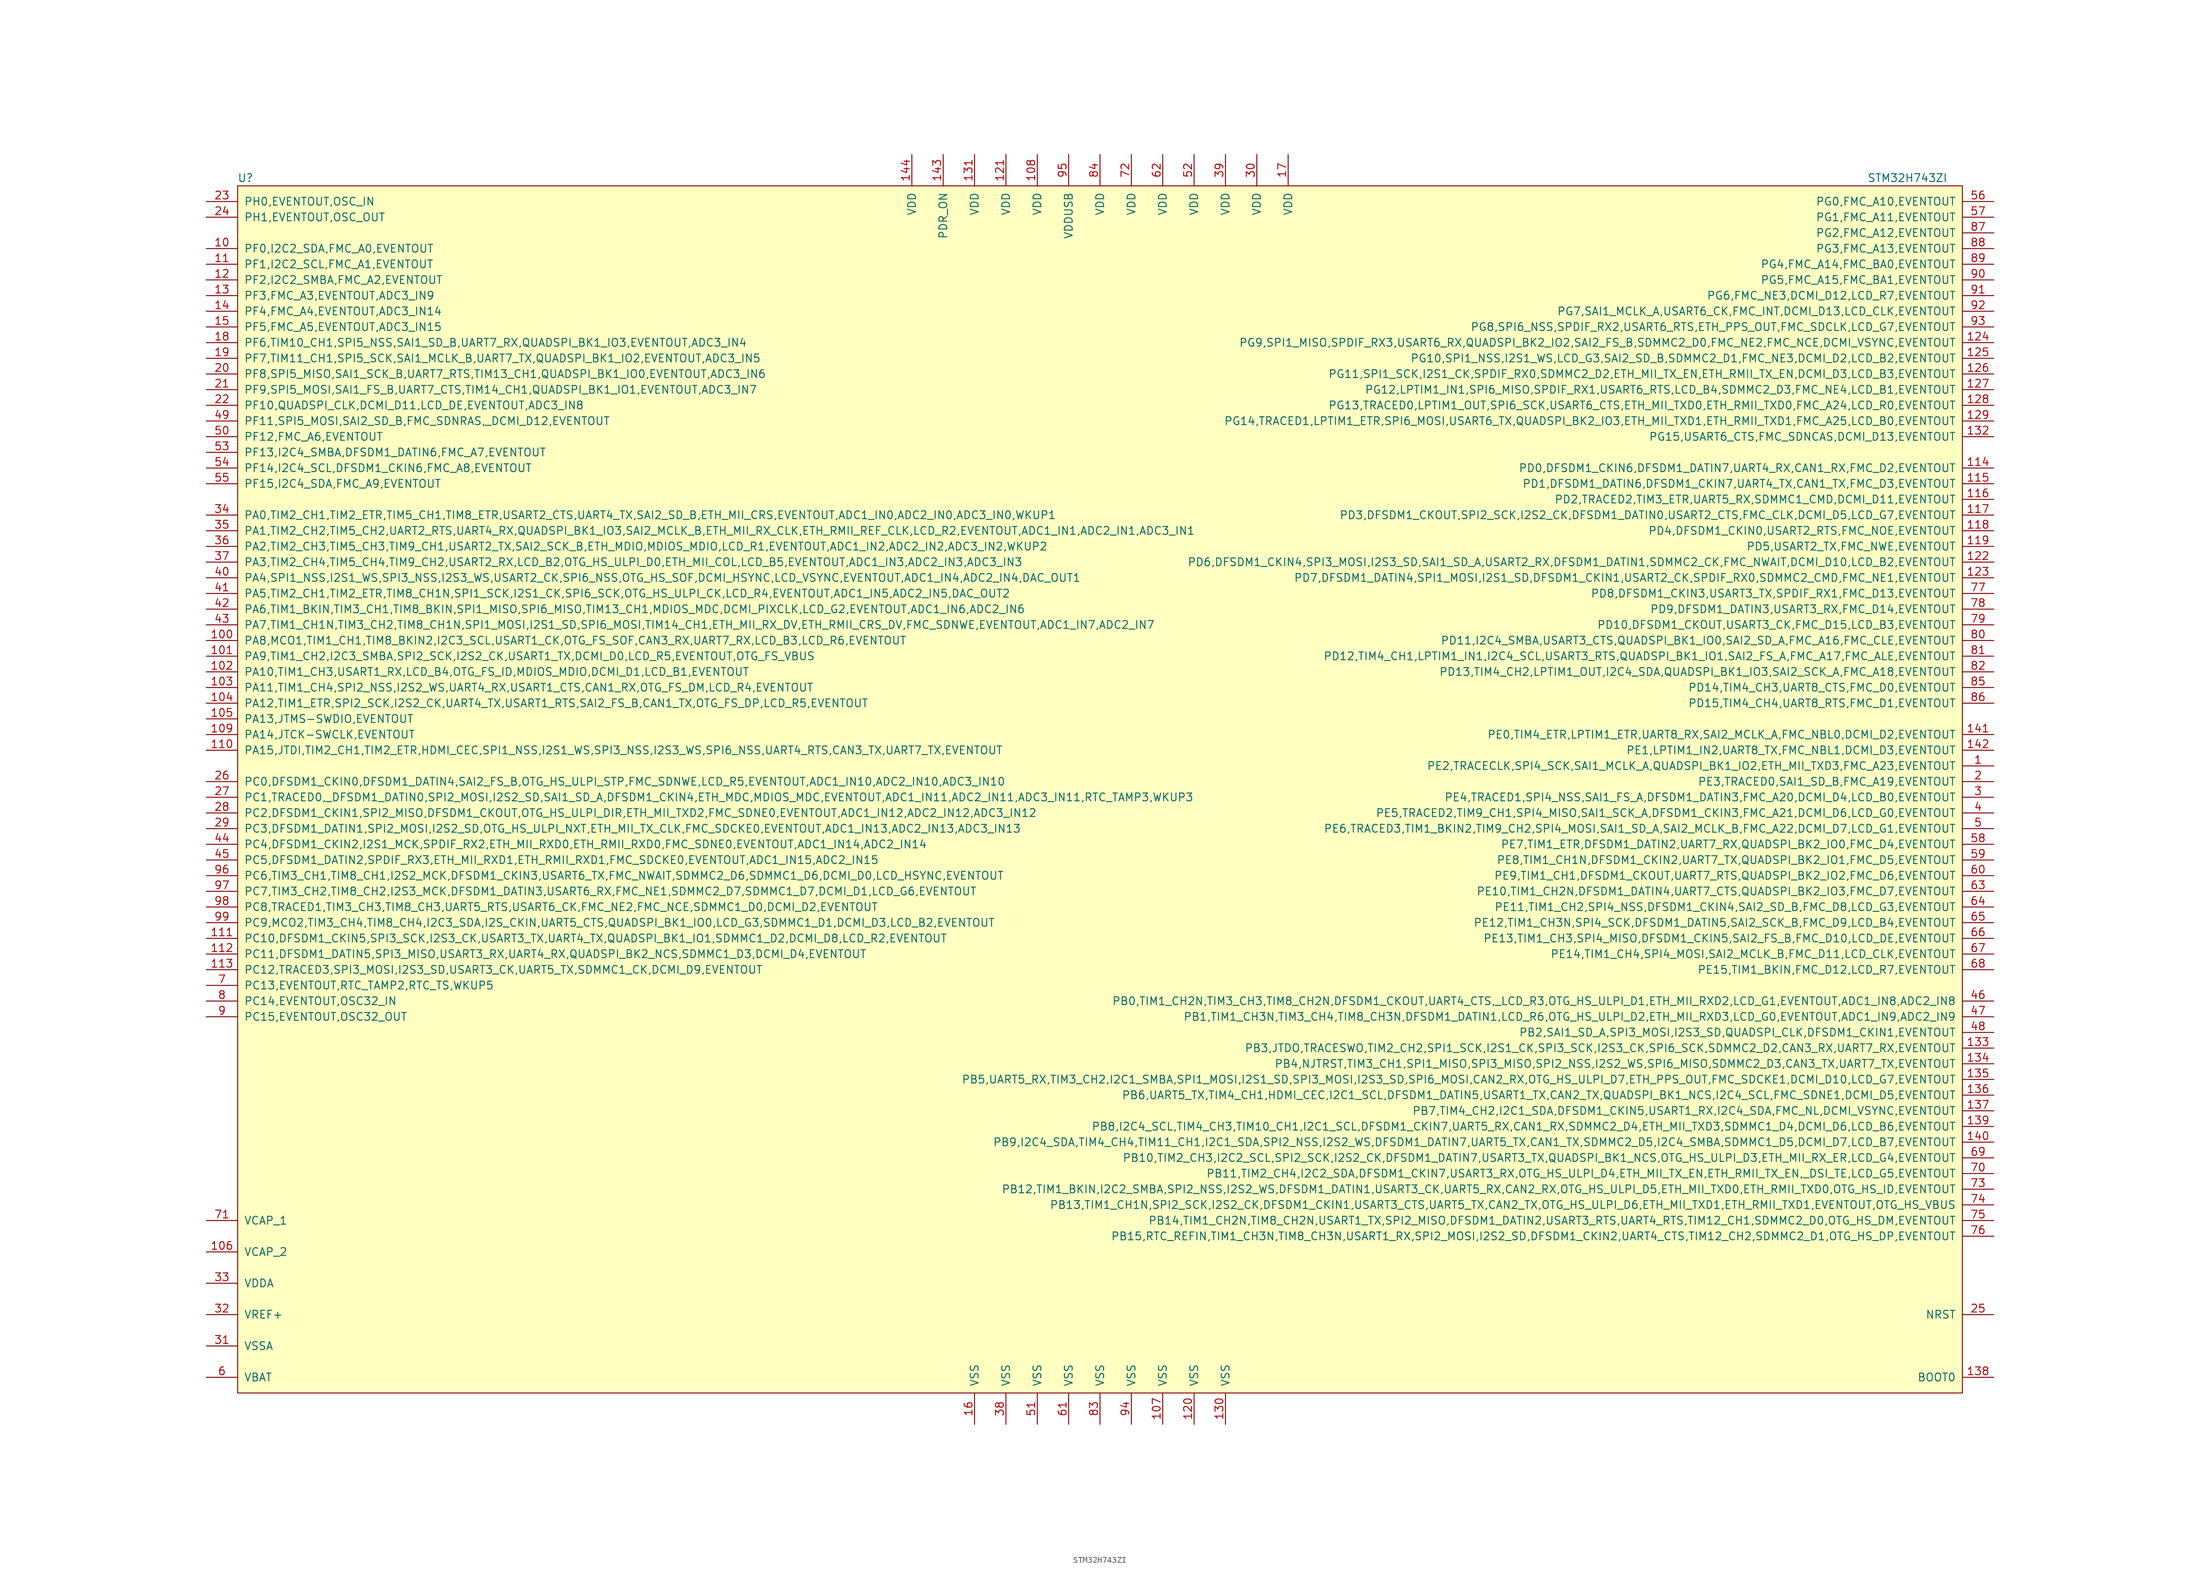
<source format=kicad_sym>
(kicad_symbol_lib
  (version 20220914)
  (generator kicad_symbol_editor)
  (symbol "STM32H743ZI"
    (pin_names
      (offset 1.016))
    (property "Reference" "U"
      (at -138.43 99.06 0)
      (effects (font (size 1.27 1.27))))
    (property "Value" "STM32H743ZI"
      (at 130.81 99.06 0)
      (effects (font (size 1.27 1.27))))
    (symbol "STM32H743ZI_0_0"
      (pin bidirectional line (at 144.78 3.81 180) (length 5.08) (name "PE2,TRACECLK,SPI4_SCK,SAI1_MCLK_A,QUADSPI_BK1_IO2,ETH_MII_TXD3,FMC_A23,EVENTOUT" (effects (font (size 1.27 1.27)))) (number "1" (effects (font (size 1.27 1.27)))))
      (pin bidirectional line (at -144.78 87.63 0) (length 5.08) (name "PF0,I2C2_SDA,FMC_A0,EVENTOUT" (effects (font (size 1.27 1.27)))) (number "10" (effects (font (size 1.27 1.27)))))
      (pin bidirectional line (at -144.78 24.13 0) (length 5.08) (name "PA8,MCO1,TIM1_CH1,TIM8_BKIN2,I2C3_SCL,USART1_CK,OTG_FS_SOF,CAN3_RX,UART7_RX,LCD_B3,LCD_R6,EVENTOUT" (effects (font (size 1.27 1.27)))) (number "100" (effects (font (size 1.27 1.27)))))
      (pin bidirectional line (at -144.78 21.59 0) (length 5.08) (name "PA9,TIM1_CH2,I2C3_SMBA,SPI2_SCK,I2S2_CK,USART1_TX,DCMI_D0,LCD_R5,EVENTOUT,OTG_FS_VBUS" (effects (font (size 1.27 1.27)))) (number "101" (effects (font (size 1.27 1.27)))))
      (pin bidirectional line (at -144.78 19.05 0) (length 5.08) (name "PA10,TIM1_CH3,USART1_RX,LCD_B4,OTG_FS_ID,MDIOS_MDIO,DCMI_D1,LCD_B1,EVENTOUT" (effects (font (size 1.27 1.27)))) (number "102" (effects (font (size 1.27 1.27)))))
      (pin bidirectional line (at -144.78 16.51 0) (length 5.08) (name "PA11,TIM1_CH4,SPI2_NSS,I2S2_WS,UART4_RX,USART1_CTS,CAN1_RX,OTG_FS_DM,LCD_R4,EVENTOUT" (effects (font (size 1.27 1.27)))) (number "103" (effects (font (size 1.27 1.27)))))
      (pin bidirectional line (at -144.78 13.97 0) (length 5.08) (name "PA12,TIM1_ETR,SPI2_SCK,I2S2_CK,UART4_TX,USART1_RTS,SAI2_FS_B,CAN1_TX,OTG_FS_DP,LCD_R5,EVENTOUT" (effects (font (size 1.27 1.27)))) (number "104" (effects (font (size 1.27 1.27)))))
      (pin bidirectional line (at -144.78 11.43 0) (length 5.08) (name "PA13,JTMS-SWDIO,EVENTOUT" (effects (font (size 1.27 1.27)))) (number "105" (effects (font (size 1.27 1.27)))))
      (pin passive line (at -144.78 -74.93 0) (length 5.08) (name "VCAP_2" (effects (font (size 1.27 1.27)))) (number "106" (effects (font (size 1.27 1.27)))))
      (pin passive line (at 10.16 -102.87 90) (length 5.08) (name "VSS" (effects (font (size 1.27 1.27)))) (number "107" (effects (font (size 1.27 1.27)))))
      (pin power_in line (at -10.16 102.87 270) (length 5.08) (name "VDD" (effects (font (size 1.27 1.27)))) (number "108" (effects (font (size 1.27 1.27)))))
      (pin bidirectional line (at -144.78 8.89 0) (length 5.08) (name "PA14,JTCK-SWCLK,EVENTOUT" (effects (font (size 1.27 1.27)))) (number "109" (effects (font (size 1.27 1.27)))))
      (pin bidirectional line (at -144.78 85.09 0) (length 5.08) (name "PF1,I2C2_SCL,FMC_A1,EVENTOUT" (effects (font (size 1.27 1.27)))) (number "11" (effects (font (size 1.27 1.27)))))
      (pin bidirectional line (at -144.78 6.35 0) (length 5.08) (name "PA15,JTDI,TIM2_CH1,TIM2_ETR,HDMI_CEC,SPI1_NSS,I2S1_WS,SPI3_NSS,I2S3_WS,SPI6_NSS,UART4_RTS,CAN3_TX,UART7_TX,EVENTOUT" (effects (font (size 1.27 1.27)))) (number "110" (effects (font (size 1.27 1.27)))))
      (pin bidirectional line (at -144.78 -24.13 0) (length 5.08) (name "PC10,DFSDM1_CKIN5,SPI3_SCK,I2S3_CK,USART3_TX,UART4_TX,QUADSPI_BK1_IO1,SDMMC1_D2,DCMI_D8,LCD_R2,EVENTOUT" (effects (font (size 1.27 1.27)))) (number "111" (effects (font (size 1.27 1.27)))))
      (pin bidirectional line (at -144.78 -26.67 0) (length 5.08) (name "PC11,DFSDM1_DATIN5,SPI3_MISO,USART3_RX,UART4_RX,QUADSPI_BK2_NCS,SDMMC1_D3,DCMI_D4,EVENTOUT" (effects (font (size 1.27 1.27)))) (number "112" (effects (font (size 1.27 1.27)))))
      (pin bidirectional line (at -144.78 -29.21 0) (length 5.08) (name "PC12,TRACED3,SPI3_MOSI,I2S3_SD,USART3_CK,UART5_TX,SDMMC1_CK,DCMI_D9,EVENTOUT" (effects (font (size 1.27 1.27)))) (number "113" (effects (font (size 1.27 1.27)))))
      (pin bidirectional line (at 144.78 52.07 180) (length 5.08) (name "PD0,DFSDM1_CKIN6,DFSDM1_DATIN7,UART4_RX,CAN1_RX,FMC_D2,EVENTOUT" (effects (font (size 1.27 1.27)))) (number "114" (effects (font (size 1.27 1.27)))))
      (pin bidirectional line (at 144.78 49.53 180) (length 5.08) (name "PD1,DFSDM1_DATIN6,DFSDM1_CKIN7,UART4_TX,CAN1_TX,FMC_D3,EVENTOUT" (effects (font (size 1.27 1.27)))) (number "115" (effects (font (size 1.27 1.27)))))
      (pin bidirectional line (at 144.78 46.99 180) (length 5.08) (name "PD2,TRACED2,TIM3_ETR,UART5_RX,SDMMC1_CMD,DCMI_D11,EVENTOUT" (effects (font (size 1.27 1.27)))) (number "116" (effects (font (size 1.27 1.27)))))
      (pin bidirectional line (at 144.78 44.45 180) (length 5.08) (name "PD3,DFSDM1_CKOUT,SPI2_SCK,I2S2_CK,DFSDM1_DATIN0,USART2_CTS,FMC_CLK,DCMI_D5,LCD_G7,EVENTOUT" (effects (font (size 1.27 1.27)))) (number "117" (effects (font (size 1.27 1.27)))))
      (pin bidirectional line (at 144.78 41.91 180) (length 5.08) (name "PD4,DFSDM1_CKIN0,USART2_RTS,FMC_NOE,EVENTOUT" (effects (font (size 1.27 1.27)))) (number "118" (effects (font (size 1.27 1.27)))))
      (pin bidirectional line (at 144.78 39.37 180) (length 5.08) (name "PD5,USART2_TX,FMC_NWE,EVENTOUT" (effects (font (size 1.27 1.27)))) (number "119" (effects (font (size 1.27 1.27)))))
      (pin bidirectional line (at -144.78 82.55 0) (length 5.08) (name "PF2,I2C2_SMBA,FMC_A2,EVENTOUT" (effects (font (size 1.27 1.27)))) (number "12" (effects (font (size 1.27 1.27)))))
      (pin passive line (at 15.24 -102.87 90) (length 5.08) (name "VSS" (effects (font (size 1.27 1.27)))) (number "120" (effects (font (size 1.27 1.27)))))
      (pin power_in line (at -15.24 102.87 270) (length 5.08) (name "VDD" (effects (font (size 1.27 1.27)))) (number "121" (effects (font (size 1.27 1.27)))))
      (pin bidirectional line (at 144.78 36.83 180) (length 5.08) (name "PD6,DFSDM1_CKIN4,SPI3_MOSI,I2S3_SD,SAI1_SD_A,USART2_RX,DFSDM1_DATIN1,SDMMC2_CK,FMC_NWAIT,DCMI_D10,LCD_B2,EVENTOUT" (effects (font (size 1.27 1.27)))) (number "122" (effects (font (size 1.27 1.27)))))
      (pin bidirectional line (at 144.78 34.29 180) (length 5.08) (name "PD7,DFSDM1_DATIN4,SPI1_MOSI,I2S1_SD,DFSDM1_CKIN1,USART2_CK,SPDIF_RX0,SDMMC2_CMD,FMC_NE1,EVENTOUT" (effects (font (size 1.27 1.27)))) (number "123" (effects (font (size 1.27 1.27)))))
      (pin bidirectional line (at 144.78 72.39 180) (length 5.08) (name "PG9,SPI1_MISO,SPDIF_RX3,USART6_RX,QUADSPI_BK2_IO2,SAI2_FS_B,SDMMC2_D0,FMC_NE2,FMC_NCE,DCMI_VSYNC,EVENTOUT" (effects (font (size 1.27 1.27)))) (number "124" (effects (font (size 1.27 1.27)))))
      (pin bidirectional line (at 144.78 69.85 180) (length 5.08) (name "PG10,SPI1_NSS,I2S1_WS,LCD_G3,SAI2_SD_B,SDMMC2_D1,FMC_NE3,DCMI_D2,LCD_B2,EVENTOUT" (effects (font (size 1.27 1.27)))) (number "125" (effects (font (size 1.27 1.27)))))
      (pin bidirectional line (at 144.78 67.31 180) (length 5.08) (name "PG11,SPI1_SCK,I2S1_CK,SPDIF_RX0,SDMMC2_D2,ETH_MII_TX_EN,ETH_RMII_TX_EN,DCMI_D3,LCD_B3,EVENTOUT" (effects (font (size 1.27 1.27)))) (number "126" (effects (font (size 1.27 1.27)))))
      (pin bidirectional line (at 144.78 64.77 180) (length 5.08) (name "PG12,LPTIM1_IN1,SPI6_MISO,SPDIF_RX1,USART6_RTS,LCD_B4,SDMMC2_D3,FMC_NE4,LCD_B1,EVENTOUT" (effects (font (size 1.27 1.27)))) (number "127" (effects (font (size 1.27 1.27)))))
      (pin bidirectional line (at 144.78 62.23 180) (length 5.08) (name "PG13,TRACED0,LPTIM1_OUT,SPI6_SCK,USART6_CTS,ETH_MII_TXD0,ETH_RMII_TXD0,FMC_A24,LCD_R0,EVENTOUT" (effects (font (size 1.27 1.27)))) (number "128" (effects (font (size 1.27 1.27)))))
      (pin bidirectional line (at 144.78 59.69 180) (length 5.08) (name "PG14,TRACED1,LPTIM1_ETR,SPI6_MOSI,USART6_TX,QUADSPI_BK2_IO3,ETH_MII_TXD1,ETH_RMII_TXD1,FMC_A25,LCD_B0,EVENTOUT" (effects (font (size 1.27 1.27)))) (number "129" (effects (font (size 1.27 1.27)))))
      (pin bidirectional line (at -144.78 80.01 0) (length 5.08) (name "PF3,FMC_A3,EVENTOUT,ADC3_IN9" (effects (font (size 1.27 1.27)))) (number "13" (effects (font (size 1.27 1.27)))))
      (pin passive line (at 20.32 -102.87 90) (length 5.08) (name "VSS" (effects (font (size 1.27 1.27)))) (number "130" (effects (font (size 1.27 1.27)))))
      (pin power_in line (at -20.32 102.87 270) (length 5.08) (name "VDD" (effects (font (size 1.27 1.27)))) (number "131" (effects (font (size 1.27 1.27)))))
      (pin bidirectional line (at 144.78 57.15 180) (length 5.08) (name "PG15,USART6_CTS,FMC_SDNCAS,DCMI_D13,EVENTOUT" (effects (font (size 1.27 1.27)))) (number "132" (effects (font (size 1.27 1.27)))))
      (pin bidirectional line (at 144.78 -41.91 180) (length 5.08) (name "PB3,JTDO,TRACESWO,TIM2_CH2,SPI1_SCK,I2S1_CK,SPI3_SCK,I2S3_CK,SPI6_SCK,SDMMC2_D2,CAN3_RX,UART7_RX,EVENTOUT" (effects (font (size 1.27 1.27)))) (number "133" (effects (font (size 1.27 1.27)))))
      (pin bidirectional line (at 144.78 -44.45 180) (length 5.08) (name "PB4,NJTRST,TIM3_CH1,SPI1_MISO,SPI3_MISO,SPI2_NSS,I2S2_WS,SPI6_MISO,SDMMC2_D3,CAN3_TX,UART7_TX,EVENTOUT" (effects (font (size 1.27 1.27)))) (number "134" (effects (font (size 1.27 1.27)))))
      (pin bidirectional line (at 144.78 -46.99 180) (length 5.08) (name "PB5,UART5_RX,TIM3_CH2,I2C1_SMBA,SPI1_MOSI,I2S1_SD,SPI3_MOSI,I2S3_SD,SPI6_MOSI,CAN2_RX,OTG_HS_ULPI_D7,ETH_PPS_OUT,FMC_SDCKE1,DCMI_D10,LCD_G7,EVENTOUT" (effects (font (size 1.27 1.27)))) (number "135" (effects (font (size 1.27 1.27)))))
      (pin bidirectional line (at 144.78 -49.53 180) (length 5.08) (name "PB6,UART5_TX,TIM4_CH1,HDMI_CEC,I2C1_SCL,DFSDM1_DATIN5,USART1_TX,CAN2_TX,QUADSPI_BK1_NCS,I2C4_SCL,FMC_SDNE1,DCMI_D5,EVENTOUT" (effects (font (size 1.27 1.27)))) (number "136" (effects (font (size 1.27 1.27)))))
      (pin bidirectional line (at 144.78 -52.07 180) (length 5.08) (name "PB7,TIM4_CH2,I2C1_SDA,DFSDM1_CKIN5,USART1_RX,I2C4_SDA,FMC_NL,DCMI_VSYNC,EVENTOUT" (effects (font (size 1.27 1.27)))) (number "137" (effects (font (size 1.27 1.27)))))
      (pin input line (at 144.78 -95.25 180) (length 5.08) (name "BOOT0" (effects (font (size 1.27 1.27)))) (number "138" (effects (font (size 1.27 1.27)))))
      (pin bidirectional line (at 144.78 -54.61 180) (length 5.08) (name "PB8,I2C4_SCL,TIM4_CH3,TIM10_CH1,I2C1_SCL,DFSDM1_CKIN7,UART5_RX,CAN1_RX,SDMMC2_D4,ETH_MII_TXD3,SDMMC1_D4,DCMI_D6,LCD_B6,EVENTOUT" (effects (font (size 1.27 1.27)))) (number "139" (effects (font (size 1.27 1.27)))))
      (pin bidirectional line (at -144.78 77.47 0) (length 5.08) (name "PF4,FMC_A4,EVENTOUT,ADC3_IN14" (effects (font (size 1.27 1.27)))) (number "14" (effects (font (size 1.27 1.27)))))
      (pin bidirectional line (at 144.78 -57.15 180) (length 5.08) (name "PB9,I2C4_SDA,TIM4_CH4,TIM11_CH1,I2C1_SDA,SPI2_NSS,I2S2_WS,DFSDM1_DATIN7,UART5_TX,CAN1_TX,SDMMC2_D5,I2C4_SMBA,SDMMC1_D5,DCMI_D7,LCD_B7,EVENTOUT" (effects (font (size 1.27 1.27)))) (number "140" (effects (font (size 1.27 1.27)))))
      (pin bidirectional line (at 144.78 8.89 180) (length 5.08) (name "PE0,TIM4_ETR,LPTIM1_ETR,UART8_RX,SAI2_MCLK_A,FMC_NBL0,DCMI_D2,EVENTOUT" (effects (font (size 1.27 1.27)))) (number "141" (effects (font (size 1.27 1.27)))))
      (pin bidirectional line (at 144.78 6.35 180) (length 5.08) (name "PE1,LPTIM1_IN2,UART8_TX,FMC_NBL1,DCMI_D3,EVENTOUT" (effects (font (size 1.27 1.27)))) (number "142" (effects (font (size 1.27 1.27)))))
      (pin passive line (at -25.4 102.87 270) (length 5.08) (name "PDR_ON" (effects (font (size 1.27 1.27)))) (number "143" (effects (font (size 1.27 1.27)))))
      (pin power_in line (at -30.48 102.87 270) (length 5.08) (name "VDD" (effects (font (size 1.27 1.27)))) (number "144" (effects (font (size 1.27 1.27)))))
      (pin bidirectional line (at -144.78 74.93 0) (length 5.08) (name "PF5,FMC_A5,EVENTOUT,ADC3_IN15" (effects (font (size 1.27 1.27)))) (number "15" (effects (font (size 1.27 1.27)))))
      (pin passive line (at -20.32 -102.87 90) (length 5.08) (name "VSS" (effects (font (size 1.27 1.27)))) (number "16" (effects (font (size 1.27 1.27)))))
      (pin power_in line (at 30.48 102.87 270) (length 5.08) (name "VDD" (effects (font (size 1.27 1.27)))) (number "17" (effects (font (size 1.27 1.27)))))
      (pin bidirectional line (at -144.78 72.39 0) (length 5.08) (name "PF6,TIM10_CH1,SPI5_NSS,SAI1_SD_B,UART7_RX,QUADSPI_BK1_IO3,EVENTOUT,ADC3_IN4" (effects (font (size 1.27 1.27)))) (number "18" (effects (font (size 1.27 1.27)))))
      (pin bidirectional line (at -144.78 69.85 0) (length 5.08) (name "PF7,TIM11_CH1,SPI5_SCK,SAI1_MCLK_B,UART7_TX,QUADSPI_BK1_IO2,EVENTOUT,ADC3_IN5" (effects (font (size 1.27 1.27)))) (number "19" (effects (font (size 1.27 1.27)))))
      (pin bidirectional line (at 144.78 1.27 180) (length 5.08) (name "PE3,TRACED0,SAI1_SD_B,FMC_A19,EVENTOUT" (effects (font (size 1.27 1.27)))) (number "2" (effects (font (size 1.27 1.27)))))
      (pin bidirectional line (at -144.78 67.31 0) (length 5.08) (name "PF8,SPI5_MISO,SAI1_SCK_B,UART7_RTS,TIM13_CH1,QUADSPI_BK1_IO0,EVENTOUT,ADC3_IN6" (effects (font (size 1.27 1.27)))) (number "20" (effects (font (size 1.27 1.27)))))
      (pin bidirectional line (at -144.78 64.77 0) (length 5.08) (name "PF9,SPI5_MOSI,SAI1_FS_B,UART7_CTS,TIM14_CH1,QUADSPI_BK1_IO1,EVENTOUT,ADC3_IN7" (effects (font (size 1.27 1.27)))) (number "21" (effects (font (size 1.27 1.27)))))
      (pin bidirectional line (at -144.78 62.23 0) (length 5.08) (name "PF10,QUADSPI_CLK,DCMI_D11,LCD_DE,EVENTOUT,ADC3_IN8" (effects (font (size 1.27 1.27)))) (number "22" (effects (font (size 1.27 1.27)))))
      (pin bidirectional line (at -144.78 95.25 0) (length 5.08) (name "PH0,EVENTOUT,OSC_IN" (effects (font (size 1.27 1.27)))) (number "23" (effects (font (size 1.27 1.27)))))
      (pin bidirectional line (at -144.78 92.71 0) (length 5.08) (name "PH1,EVENTOUT,OSC_OUT" (effects (font (size 1.27 1.27)))) (number "24" (effects (font (size 1.27 1.27)))))
      (pin input line (at 144.78 -85.09 180) (length 5.08) (name "NRST" (effects (font (size 1.27 1.27)))) (number "25" (effects (font (size 1.27 1.27)))))
      (pin bidirectional line (at -144.78 1.27 0) (length 5.08) (name "PC0,DFSDM1_CKIN0,DFSDM1_DATIN4,SAI2_FS_B,OTG_HS_ULPI_STP,FMC_SDNWE,LCD_R5,EVENTOUT,ADC1_IN10,ADC2_IN10,ADC3_IN10" (effects (font (size 1.27 1.27)))) (number "26" (effects (font (size 1.27 1.27)))))
      (pin bidirectional line (at -144.78 -1.27 0) (length 5.08) (name "PC1,TRACED0,_DFSDM1_DATIN0,SPI2_MOSI,I2S2_SD,SAI1_SD_A,DFSDM1_CKIN4,ETH_MDC,MDIOS_MDC,EVENTOUT,ADC1_IN11,ADC2_IN11,ADC3_IN11,RTC_TAMP3,WKUP3" (effects (font (size 1.27 1.27)))) (number "27" (effects (font (size 1.27 1.27)))))
      (pin bidirectional line (at -144.78 -3.81 0) (length 5.08) (name "PC2,DFSDM1_CKIN1,SPI2_MISO,DFSDM1_CKOUT,OTG_HS_ULPI_DIR,ETH_MII_TXD2,FMC_SDNE0,EVENTOUT,ADC1_IN12,ADC2_IN12,ADC3_IN12" (effects (font (size 1.27 1.27)))) (number "28" (effects (font (size 1.27 1.27)))))
      (pin bidirectional line (at -144.78 -6.35 0) (length 5.08) (name "PC3,DFSDM1_DATIN1,SPI2_MOSI,I2S2_SD,OTG_HS_ULPI_NXT,ETH_MII_TX_CLK,FMC_SDCKE0,EVENTOUT,ADC1_IN13,ADC2_IN13,ADC3_IN13" (effects (font (size 1.27 1.27)))) (number "29" (effects (font (size 1.27 1.27)))))
      (pin bidirectional line (at 144.78 -1.27 180) (length 5.08) (name "PE4,TRACED1,SPI4_NSS,SAI1_FS_A,DFSDM1_DATIN3,FMC_A20,DCMI_D4,LCD_B0,EVENTOUT" (effects (font (size 1.27 1.27)))) (number "3" (effects (font (size 1.27 1.27)))))
      (pin power_in line (at 25.4 102.87 270) (length 5.08) (name "VDD" (effects (font (size 1.27 1.27)))) (number "30" (effects (font (size 1.27 1.27)))))
      (pin passive line (at -144.78 -90.17 0) (length 5.08) (name "VSSA" (effects (font (size 1.27 1.27)))) (number "31" (effects (font (size 1.27 1.27)))))
      (pin passive line (at -144.78 -85.09 0) (length 5.08) (name "VREF+" (effects (font (size 1.27 1.27)))) (number "32" (effects (font (size 1.27 1.27)))))
      (pin passive line (at -144.78 -80.01 0) (length 5.08) (name "VDDA" (effects (font (size 1.27 1.27)))) (number "33" (effects (font (size 1.27 1.27)))))
      (pin bidirectional line (at -144.78 44.45 0) (length 5.08) (name "PA0,TIM2_CH1,TIM2_ETR,TIM5_CH1,TIM8_ETR,USART2_CTS,UART4_TX,SAI2_SD_B,ETH_MII_CRS,EVENTOUT,ADC1_IN0,ADC2_IN0,ADC3_IN0,WKUP1" (effects (font (size 1.27 1.27)))) (number "34" (effects (font (size 1.27 1.27)))))
      (pin bidirectional line (at -144.78 41.91 0) (length 5.08) (name "PA1,TIM2_CH2,TIM5_CH2,UART2_RTS,UART4_RX,QUADSPI_BK1_IO3,SAI2_MCLK_B,ETH_MII_RX_CLK,ETH_RMII_REF_CLK,LCD_R2,EVENTOUT,ADC1_IN1,ADC2_IN1,ADC3_IN1" (effects (font (size 1.27 1.27)))) (number "35" (effects (font (size 1.27 1.27)))))
      (pin bidirectional line (at -144.78 39.37 0) (length 5.08) (name "PA2,TIM2_CH3,TIM5_CH3,TIM9_CH1,USART2_TX,SAI2_SCK_B,ETH_MDIO,MDIOS_MDIO,LCD_R1,EVENTOUT,ADC1_IN2,ADC2_IN2,ADC3_IN2,WKUP2" (effects (font (size 1.27 1.27)))) (number "36" (effects (font (size 1.27 1.27)))))
      (pin bidirectional line (at -144.78 36.83 0) (length 5.08) (name "PA3,TIM2_CH4,TIM5_CH4,TIM9_CH2,USART2_RX,LCD_B2,OTG_HS_ULPI_D0,ETH_MII_COL,LCD_B5,EVENTOUT,ADC1_IN3,ADC2_IN3,ADC3_IN3" (effects (font (size 1.27 1.27)))) (number "37" (effects (font (size 1.27 1.27)))))
      (pin passive line (at -15.24 -102.87 90) (length 5.08) (name "VSS" (effects (font (size 1.27 1.27)))) (number "38" (effects (font (size 1.27 1.27)))))
      (pin power_in line (at 20.32 102.87 270) (length 5.08) (name "VDD" (effects (font (size 1.27 1.27)))) (number "39" (effects (font (size 1.27 1.27)))))
      (pin bidirectional line (at 144.78 -3.81 180) (length 5.08) (name "PE5,TRACED2,TIM9_CH1,SPI4_MISO,SAI1_SCK_A,DFSDM1_CKIN3,FMC_A21,DCMI_D6,LCD_G0,EVENTOUT" (effects (font (size 1.27 1.27)))) (number "4" (effects (font (size 1.27 1.27)))))
      (pin bidirectional line (at -144.78 34.29 0) (length 5.08) (name "PA4,SPI1_NSS,I2S1_WS,SPI3_NSS,I2S3_WS,USART2_CK,SPI6_NSS,OTG_HS_SOF,DCMI_HSYNC,LCD_VSYNC,EVENTOUT,ADC1_IN4,ADC2_IN4,DAC_OUT1" (effects (font (size 1.27 1.27)))) (number "40" (effects (font (size 1.27 1.27)))))
      (pin bidirectional line (at -144.78 31.75 0) (length 5.08) (name "PA5,TIM2_CH1,TIM2_ETR,TIM8_CH1N,SPI1_SCK,I2S1_CK,SPI6_SCK,OTG_HS_ULPI_CK,LCD_R4,EVENTOUT,ADC1_IN5,ADC2_IN5,DAC_OUT2" (effects (font (size 1.27 1.27)))) (number "41" (effects (font (size 1.27 1.27)))))
      (pin bidirectional line (at -144.78 29.21 0) (length 5.08) (name "PA6,TIM1_BKIN,TIM3_CH1,TIM8_BKIN,SPI1_MISO,SPI6_MISO,TIM13_CH1,MDIOS_MDC,DCMI_PIXCLK,LCD_G2,EVENTOUT,ADC1_IN6,ADC2_IN6" (effects (font (size 1.27 1.27)))) (number "42" (effects (font (size 1.27 1.27)))))
      (pin bidirectional line (at -144.78 26.67 0) (length 5.08) (name "PA7,TIM1_CH1N,TIM3_CH2,TIM8_CH1N,SPI1_MOSI,I2S1_SD,SPI6_MOSI,TIM14_CH1,ETH_MII_RX_DV,ETH_RMII_CRS_DV,FMC_SDNWE,EVENTOUT,ADC1_IN7,ADC2_IN7" (effects (font (size 1.27 1.27)))) (number "43" (effects (font (size 1.27 1.27)))))
      (pin bidirectional line (at -144.78 -8.89 0) (length 5.08) (name "PC4,DFSDM1_CKIN2,I2S1_MCK,SPDIF_RX2,ETH_MII_RXD0,ETH_RMII_RXD0,FMC_SDNE0,EVENTOUT,ADC1_IN14,ADC2_IN14" (effects (font (size 1.27 1.27)))) (number "44" (effects (font (size 1.27 1.27)))))
      (pin bidirectional line (at -144.78 -11.43 0) (length 5.08) (name "PC5,DFSDM1_DATIN2,SPDIF_RX3,ETH_MII_RXD1,ETH_RMII_RXD1,FMC_SDCKE0,EVENTOUT,ADC1_IN15,ADC2_IN15" (effects (font (size 1.27 1.27)))) (number "45" (effects (font (size 1.27 1.27)))))
      (pin bidirectional line (at 144.78 -34.29 180) (length 5.08) (name "PB0,TIM1_CH2N,TIM3_CH3,TIM8_CH2N,DFSDM1_CKOUT,UART4_CTS,_LCD_R3,OTG_HS_ULPI_D1,ETH_MII_RXD2,LCD_G1,EVENTOUT,ADC1_IN8,ADC2_IN8" (effects (font (size 1.27 1.27)))) (number "46" (effects (font (size 1.27 1.27)))))
      (pin bidirectional line (at 144.78 -36.83 180) (length 5.08) (name "PB1,TIM1_CH3N,TIM3_CH4,TIM8_CH3N,DFSDM1_DATIN1,LCD_R6,OTG_HS_ULPI_D2,ETH_MII_RXD3,LCD_G0,EVENTOUT,ADC1_IN9,ADC2_IN9" (effects (font (size 1.27 1.27)))) (number "47" (effects (font (size 1.27 1.27)))))
      (pin bidirectional line (at 144.78 -39.37 180) (length 5.08) (name "PB2,SAI1_SD_A,SPI3_MOSI,I2S3_SD,QUADSPI_CLK,DFSDM1_CKIN1,EVENTOUT" (effects (font (size 1.27 1.27)))) (number "48" (effects (font (size 1.27 1.27)))))
      (pin bidirectional line (at -144.78 59.69 0) (length 5.08) (name "PF11,SPI5_MOSI,SAI2_SD_B,FMC_SDNRAS,_DCMI_D12,EVENTOUT" (effects (font (size 1.27 1.27)))) (number "49" (effects (font (size 1.27 1.27)))))
      (pin bidirectional line (at 144.78 -6.35 180) (length 5.08) (name "PE6,TRACED3,TIM1_BKIN2,TIM9_CH2,SPI4_MOSI,SAI1_SD_A,SAI2_MCLK_B,FMC_A22,DCMI_D7,LCD_G1,EVENTOUT" (effects (font (size 1.27 1.27)))) (number "5" (effects (font (size 1.27 1.27)))))
      (pin bidirectional line (at -144.78 57.15 0) (length 5.08) (name "PF12,FMC_A6,EVENTOUT" (effects (font (size 1.27 1.27)))) (number "50" (effects (font (size 1.27 1.27)))))
      (pin passive line (at -10.16 -102.87 90) (length 5.08) (name "VSS" (effects (font (size 1.27 1.27)))) (number "51" (effects (font (size 1.27 1.27)))))
      (pin power_in line (at 15.24 102.87 270) (length 5.08) (name "VDD" (effects (font (size 1.27 1.27)))) (number "52" (effects (font (size 1.27 1.27)))))
      (pin bidirectional line (at -144.78 54.61 0) (length 5.08) (name "PF13,I2C4_SMBA,DFSDM1_DATIN6,FMC_A7,EVENTOUT" (effects (font (size 1.27 1.27)))) (number "53" (effects (font (size 1.27 1.27)))))
      (pin bidirectional line (at -144.78 52.07 0) (length 5.08) (name "PF14,I2C4_SCL,DFSDM1_CKIN6,FMC_A8,EVENTOUT" (effects (font (size 1.27 1.27)))) (number "54" (effects (font (size 1.27 1.27)))))
      (pin bidirectional line (at -144.78 49.53 0) (length 5.08) (name "PF15,I2C4_SDA,FMC_A9,EVENTOUT" (effects (font (size 1.27 1.27)))) (number "55" (effects (font (size 1.27 1.27)))))
      (pin bidirectional line (at 144.78 95.25 180) (length 5.08) (name "PG0,FMC_A10,EVENTOUT" (effects (font (size 1.27 1.27)))) (number "56" (effects (font (size 1.27 1.27)))))
      (pin bidirectional line (at 144.78 92.71 180) (length 5.08) (name "PG1,FMC_A11,EVENTOUT" (effects (font (size 1.27 1.27)))) (number "57" (effects (font (size 1.27 1.27)))))
      (pin bidirectional line (at 144.78 -8.89 180) (length 5.08) (name "PE7,TIM1_ETR,DFSDM1_DATIN2,UART7_RX,QUADSPI_BK2_IO0,FMC_D4,EVENTOUT" (effects (font (size 1.27 1.27)))) (number "58" (effects (font (size 1.27 1.27)))))
      (pin bidirectional line (at 144.78 -11.43 180) (length 5.08) (name "PE8,TIM1_CH1N,DFSDM1_CKIN2,UART7_TX,QUADSPI_BK2_IO1,FMC_D5,EVENTOUT" (effects (font (size 1.27 1.27)))) (number "59" (effects (font (size 1.27 1.27)))))
      (pin passive line (at -144.78 -95.25 0) (length 5.08) (name "VBAT" (effects (font (size 1.27 1.27)))) (number "6" (effects (font (size 1.27 1.27)))))
      (pin bidirectional line (at 144.78 -13.97 180) (length 5.08) (name "PE9,TIM1_CH1,DFSDM1_CKOUT,UART7_RTS,QUADSPI_BK2_IO2,FMC_D6,EVENTOUT" (effects (font (size 1.27 1.27)))) (number "60" (effects (font (size 1.27 1.27)))))
      (pin passive line (at -5.08 -102.87 90) (length 5.08) (name "VSS" (effects (font (size 1.27 1.27)))) (number "61" (effects (font (size 1.27 1.27)))))
      (pin power_in line (at 10.16 102.87 270) (length 5.08) (name "VDD" (effects (font (size 1.27 1.27)))) (number "62" (effects (font (size 1.27 1.27)))))
      (pin bidirectional line (at 144.78 -16.51 180) (length 5.08) (name "PE10,TIM1_CH2N,DFSDM1_DATIN4,UART7_CTS,QUADSPI_BK2_IO3,FMC_D7,EVENTOUT" (effects (font (size 1.27 1.27)))) (number "63" (effects (font (size 1.27 1.27)))))
      (pin bidirectional line (at 144.78 -19.05 180) (length 5.08) (name "PE11,TIM1_CH2,SPI4_NSS,DFSDM1_CKIN4,SAI2_SD_B,FMC_D8,LCD_G3,EVENTOUT" (effects (font (size 1.27 1.27)))) (number "64" (effects (font (size 1.27 1.27)))))
      (pin bidirectional line (at 144.78 -21.59 180) (length 5.08) (name "PE12,TIM1_CH3N,SPI4_SCK,DFSDM1_DATIN5,SAI2_SCK_B,FMC_D9,LCD_B4,EVENTOUT" (effects (font (size 1.27 1.27)))) (number "65" (effects (font (size 1.27 1.27)))))
      (pin bidirectional line (at 144.78 -24.13 180) (length 5.08) (name "PE13,TIM1_CH3,SPI4_MISO,DFSDM1_CKIN5,SAI2_FS_B,FMC_D10,LCD_DE,EVENTOUT" (effects (font (size 1.27 1.27)))) (number "66" (effects (font (size 1.27 1.27)))))
      (pin bidirectional line (at 144.78 -26.67 180) (length 5.08) (name "PE14,TIM1_CH4,SPI4_MOSI,SAI2_MCLK_B,FMC_D11,LCD_CLK,EVENTOUT" (effects (font (size 1.27 1.27)))) (number "67" (effects (font (size 1.27 1.27)))))
      (pin bidirectional line (at 144.78 -29.21 180) (length 5.08) (name "PE15,TIM1_BKIN,FMC_D12,LCD_R7,EVENTOUT" (effects (font (size 1.27 1.27)))) (number "68" (effects (font (size 1.27 1.27)))))
      (pin bidirectional line (at 144.78 -59.69 180) (length 5.08) (name "PB10,TIM2_CH3,I2C2_SCL,SPI2_SCK,I2S2_CK,DFSDM1_DATIN7,USART3_TX,QUADSPI_BK1_NCS,OTG_HS_ULPI_D3,ETH_MII_RX_ER,LCD_G4,EVENTOUT" (effects (font (size 1.27 1.27)))) (number "69" (effects (font (size 1.27 1.27)))))
      (pin bidirectional line (at -144.78 -31.75 0) (length 5.08) (name "PC13,EVENTOUT,RTC_TAMP2,RTC_TS,WKUP5" (effects (font (size 1.27 1.27)))) (number "7" (effects (font (size 1.27 1.27)))))
      (pin bidirectional line (at 144.78 -62.23 180) (length 5.08) (name "PB11,TIM2_CH4,I2C2_SDA,DFSDM1_CKIN7,USART3_RX,OTG_HS_ULPI_D4,ETH_MII_TX_EN,ETH_RMII_TX_EN,_DSI_TE,LCD_G5,EVENTOUT" (effects (font (size 1.27 1.27)))) (number "70" (effects (font (size 1.27 1.27)))))
      (pin passive line (at -144.78 -69.85 0) (length 5.08) (name "VCAP_1" (effects (font (size 1.27 1.27)))) (number "71" (effects (font (size 1.27 1.27)))))
      (pin power_in line (at 5.08 102.87 270) (length 5.08) (name "VDD" (effects (font (size 1.27 1.27)))) (number "72" (effects (font (size 1.27 1.27)))))
      (pin bidirectional line (at 144.78 -64.77 180) (length 5.08) (name "PB12,TIM1_BKIN,I2C2_SMBA,SPI2_NSS,I2S2_WS,DFSDM1_DATIN1,USART3_CK,UART5_RX,CAN2_RX,OTG_HS_ULPI_D5,ETH_MII_TXD0,ETH_RMII_TXD0,OTG_HS_ID,EVENTOUT" (effects (font (size 1.27 1.27)))) (number "73" (effects (font (size 1.27 1.27)))))
      (pin bidirectional line (at 144.78 -67.31 180) (length 5.08) (name "PB13,TIM1_CH1N,SPI2_SCK,I2S2_CK,DFSDM1_CKIN1,USART3_CTS,UART5_TX,CAN2_TX,OTG_HS_ULPI_D6,ETH_MII_TXD1,ETH_RMII_TXD1,EVENTOUT,OTG_HS_VBUS" (effects (font (size 1.27 1.27)))) (number "74" (effects (font (size 1.27 1.27)))))
      (pin bidirectional line (at 144.78 -69.85 180) (length 5.08) (name "PB14,TIM1_CH2N,TIM8_CH2N,USART1_TX,SPI2_MISO,DFSDM1_DATIN2,USART3_RTS,UART4_RTS,TIM12_CH1,SDMMC2_D0,OTG_HS_DM,EVENTOUT" (effects (font (size 1.27 1.27)))) (number "75" (effects (font (size 1.27 1.27)))))
      (pin bidirectional line (at 144.78 -72.39 180) (length 5.08) (name "PB15,RTC_REFIN,TIM1_CH3N,TIM8_CH3N,USART1_RX,SPI2_MOSI,I2S2_SD,DFSDM1_CKIN2,UART4_CTS,TIM12_CH2,SDMMC2_D1,OTG_HS_DP,EVENTOUT" (effects (font (size 1.27 1.27)))) (number "76" (effects (font (size 1.27 1.27)))))
      (pin bidirectional line (at 144.78 31.75 180) (length 5.08) (name "PD8,DFSDM1_CKIN3,USART3_TX,SPDIF_RX1,FMC_D13,EVENTOUT" (effects (font (size 1.27 1.27)))) (number "77" (effects (font (size 1.27 1.27)))))
      (pin bidirectional line (at 144.78 29.21 180) (length 5.08) (name "PD9,DFSDM1_DATIN3,USART3_RX,FMC_D14,EVENTOUT" (effects (font (size 1.27 1.27)))) (number "78" (effects (font (size 1.27 1.27)))))
      (pin bidirectional line (at 144.78 26.67 180) (length 5.08) (name "PD10,DFSDM1_CKOUT,USART3_CK,FMC_D15,LCD_B3,EVENTOUT" (effects (font (size 1.27 1.27)))) (number "79" (effects (font (size 1.27 1.27)))))
      (pin bidirectional line (at -144.78 -34.29 0) (length 5.08) (name "PC14,EVENTOUT,OSC32_IN" (effects (font (size 1.27 1.27)))) (number "8" (effects (font (size 1.27 1.27)))))
      (pin bidirectional line (at 144.78 24.13 180) (length 5.08) (name "PD11,I2C4_SMBA,USART3_CTS,QUADSPI_BK1_IO0,SAI2_SD_A,FMC_A16,FMC_CLE,EVENTOUT" (effects (font (size 1.27 1.27)))) (number "80" (effects (font (size 1.27 1.27)))))
      (pin bidirectional line (at 144.78 21.59 180) (length 5.08) (name "PD12,TIM4_CH1,LPTIM1_IN1,I2C4_SCL,USART3_RTS,QUADSPI_BK1_IO1,SAI2_FS_A,FMC_A17,FMC_ALE,EVENTOUT" (effects (font (size 1.27 1.27)))) (number "81" (effects (font (size 1.27 1.27)))))
      (pin bidirectional line (at 144.78 19.05 180) (length 5.08) (name "PD13,TIM4_CH2,LPTIM1_OUT,I2C4_SDA,QUADSPI_BK1_IO3,SAI2_SCK_A,FMC_A18,EVENTOUT" (effects (font (size 1.27 1.27)))) (number "82" (effects (font (size 1.27 1.27)))))
      (pin passive line (at 0 -102.87 90) (length 5.08) (name "VSS" (effects (font (size 1.27 1.27)))) (number "83" (effects (font (size 1.27 1.27)))))
      (pin power_in line (at 0 102.87 270) (length 5.08) (name "VDD" (effects (font (size 1.27 1.27)))) (number "84" (effects (font (size 1.27 1.27)))))
      (pin bidirectional line (at 144.78 16.51 180) (length 5.08) (name "PD14,TIM4_CH3,UART8_CTS,FMC_D0,EVENTOUT" (effects (font (size 1.27 1.27)))) (number "85" (effects (font (size 1.27 1.27)))))
      (pin bidirectional line (at 144.78 13.97 180) (length 5.08) (name "PD15,TIM4_CH4,UART8_RTS,FMC_D1,EVENTOUT" (effects (font (size 1.27 1.27)))) (number "86" (effects (font (size 1.27 1.27)))))
      (pin bidirectional line (at 144.78 90.17 180) (length 5.08) (name "PG2,FMC_A12,EVENTOUT" (effects (font (size 1.27 1.27)))) (number "87" (effects (font (size 1.27 1.27)))))
      (pin bidirectional line (at 144.78 87.63 180) (length 5.08) (name "PG3,FMC_A13,EVENTOUT" (effects (font (size 1.27 1.27)))) (number "88" (effects (font (size 1.27 1.27)))))
      (pin bidirectional line (at 144.78 85.09 180) (length 5.08) (name "PG4,FMC_A14,FMC_BA0,EVENTOUT" (effects (font (size 1.27 1.27)))) (number "89" (effects (font (size 1.27 1.27)))))
      (pin bidirectional line (at -144.78 -36.83 0) (length 5.08) (name "PC15,EVENTOUT,OSC32_OUT" (effects (font (size 1.27 1.27)))) (number "9" (effects (font (size 1.27 1.27)))))
      (pin bidirectional line (at 144.78 82.55 180) (length 5.08) (name "PG5,FMC_A15,FMC_BA1,EVENTOUT" (effects (font (size 1.27 1.27)))) (number "90" (effects (font (size 1.27 1.27)))))
      (pin bidirectional line (at 144.78 80.01 180) (length 5.08) (name "PG6,FMC_NE3,DCMI_D12,LCD_R7,EVENTOUT" (effects (font (size 1.27 1.27)))) (number "91" (effects (font (size 1.27 1.27)))))
      (pin bidirectional line (at 144.78 77.47 180) (length 5.08) (name "PG7,SAI1_MCLK_A,USART6_CK,FMC_INT,DCMI_D13,LCD_CLK,EVENTOUT" (effects (font (size 1.27 1.27)))) (number "92" (effects (font (size 1.27 1.27)))))
      (pin bidirectional line (at 144.78 74.93 180) (length 5.08) (name "PG8,SPI6_NSS,SPDIF_RX2,USART6_RTS,ETH_PPS_OUT,FMC_SDCLK,LCD_G7,EVENTOUT" (effects (font (size 1.27 1.27)))) (number "93" (effects (font (size 1.27 1.27)))))
      (pin passive line (at 5.08 -102.87 90) (length 5.08) (name "VSS" (effects (font (size 1.27 1.27)))) (number "94" (effects (font (size 1.27 1.27)))))
      (pin power_in line (at -5.08 102.87 270) (length 5.08) (name "VDDUSB" (effects (font (size 1.27 1.27)))) (number "95" (effects (font (size 1.27 1.27)))))
      (pin bidirectional line (at -144.78 -13.97 0) (length 5.08) (name "PC6,TIM3_CH1,TIM8_CH1,I2S2_MCK,DFSDM1_CKIN3,USART6_TX,FMC_NWAIT,SDMMC2_D6,SDMMC1_D6,DCMI_D0,LCD_HSYNC,EVENTOUT" (effects (font (size 1.27 1.27)))) (number "96" (effects (font (size 1.27 1.27)))))
      (pin bidirectional line (at -144.78 -16.51 0) (length 5.08) (name "PC7,TIM3_CH2,TIM8_CH2,I2S3_MCK,DFSDM1_DATIN3,USART6_RX,FMC_NE1,SDMMC2_D7,SDMMC1_D7,DCMI_D1,LCD_G6,EVENTOUT" (effects (font (size 1.27 1.27)))) (number "97" (effects (font (size 1.27 1.27)))))
      (pin bidirectional line (at -144.78 -19.05 0) (length 5.08) (name "PC8,TRACED1,TIM3_CH3,TIM8_CH3,UART5_RTS,USART6_CK,FMC_NE2,FMC_NCE,SDMMC1_D0,DCMI_D2,EVENTOUT" (effects (font (size 1.27 1.27)))) (number "98" (effects (font (size 1.27 1.27)))))
      (pin bidirectional line (at -144.78 -21.59 0) (length 5.08) (name "PC9,MCO2,TIM3_CH4,TIM8_CH4,I2C3_SDA,I2S_CKIN,UART5_CTS,QUADSPI_BK1_IO0,LCD_G3,SDMMC1_D1,DCMI_D3,LCD_B2,EVENTOUT" (effects (font (size 1.27 1.27)))) (number "99" (effects (font (size 1.27 1.27))))))
    (symbol "STM32H743ZI_0_1"
      (rectangle (start -139.7 97.79) (end 139.7 -97.79) (stroke (width 0) (type solid)) (fill (type background))))))
</source>
